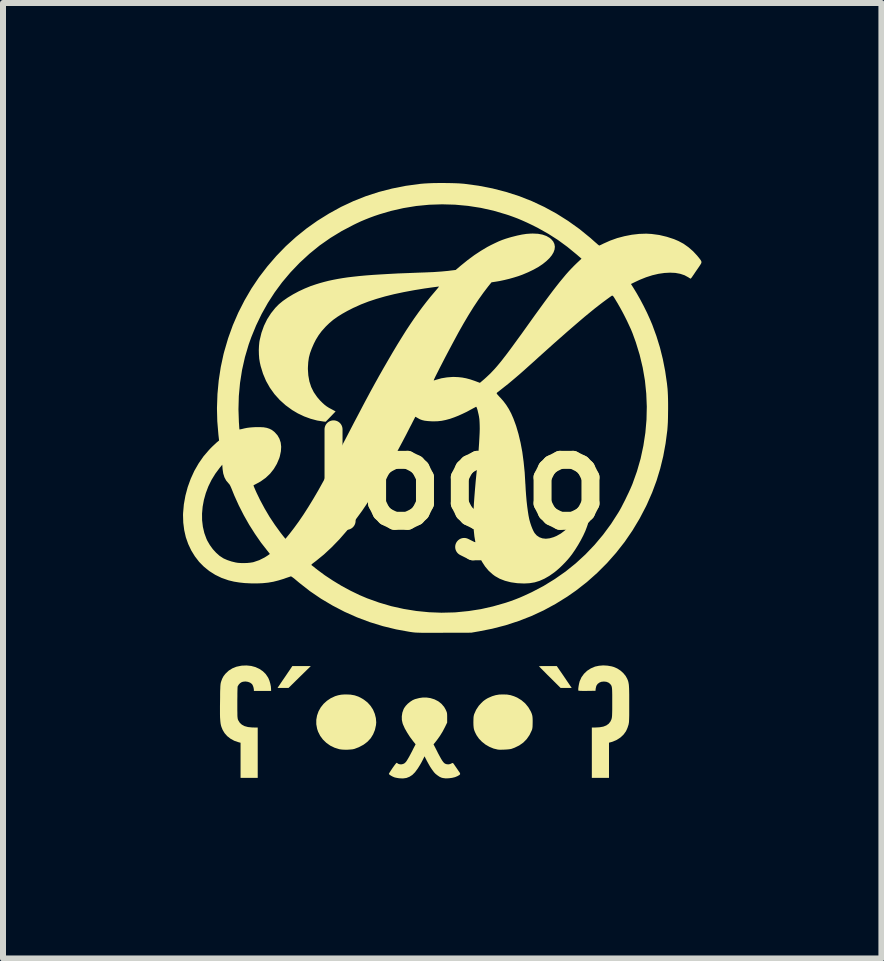
<source format=kicad_pcb>
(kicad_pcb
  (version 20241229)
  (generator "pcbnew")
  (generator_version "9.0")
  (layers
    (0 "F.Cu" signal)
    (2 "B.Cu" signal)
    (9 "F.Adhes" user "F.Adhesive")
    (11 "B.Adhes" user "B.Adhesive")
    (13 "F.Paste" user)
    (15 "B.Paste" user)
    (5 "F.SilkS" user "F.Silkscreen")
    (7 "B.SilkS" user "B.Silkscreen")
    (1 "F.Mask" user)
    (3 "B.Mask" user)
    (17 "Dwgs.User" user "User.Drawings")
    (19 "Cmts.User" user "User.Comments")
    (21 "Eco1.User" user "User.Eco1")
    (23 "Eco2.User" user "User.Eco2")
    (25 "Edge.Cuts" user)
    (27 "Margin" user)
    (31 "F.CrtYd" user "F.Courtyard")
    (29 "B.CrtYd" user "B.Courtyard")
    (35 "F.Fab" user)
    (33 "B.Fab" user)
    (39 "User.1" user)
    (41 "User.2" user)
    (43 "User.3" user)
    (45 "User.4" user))
  (footprint "logo"
    (layer "F.Cu")
    (at 4.613 4.94)
    (property "Reference" "logo" (at 0 0 0) (layer "F.SilkS") (effects (font (size 1.524 1.524) (thickness 0.3))))
    (attr board_only exclude_from_pos_files exclude_from_bom)
    (fp_poly (pts (xy -2.669 3.292) (xy -2.855 3.475) (xy -2.947 3.475) (xy -3.038 3.475) (xy -2.95 3.344) (xy -2.921 3.302) (xy -2.893 3.261) (xy -2.867 3.222) (xy -2.845 3.19) (xy -2.828 3.166) (xy -2.826 3.162) (xy -2.791 3.11) (xy -2.637 3.11) (xy -2.483 3.11)) (stroke (width 0) (type solid)) (fill yes) (layer "F.SilkS"))
    (fp_poly (pts (xy 1.467 3.11) (xy 1.616 3.11) (xy 1.666 3.183) (xy 1.689 3.216) (xy 1.715 3.254) (xy 1.742 3.294) (xy 1.769 3.334) (xy 1.795 3.372) (xy 1.818 3.406) (xy 1.837 3.434) (xy 1.85 3.453) (xy 1.854 3.459) (xy 1.865 3.475) (xy 1.772 3.475) (xy 1.68 3.475) (xy 1.499 3.295) (xy 1.457 3.254) (xy 1.419 3.215) (xy 1.385 3.181) (xy 1.357 3.153) (xy 1.336 3.131) (xy 1.323 3.117) (xy 1.318 3.113) (xy 1.325 3.112) (xy 1.344 3.111) (xy 1.373 3.11) (xy 1.411 3.11) (xy 1.454 3.11)) (stroke (width 0) (type solid)) (fill yes) (layer "F.SilkS"))
    (fp_poly (pts (xy -1.821 3.586) (xy -1.753 3.598) (xy -1.691 3.619) (xy -1.629 3.651) (xy -1.597 3.671) (xy -1.537 3.718) (xy -1.487 3.774) (xy -1.446 3.837) (xy -1.417 3.906) (xy -1.399 3.977) (xy -1.393 4.049) (xy -1.397 4.094) (xy -1.415 4.175) (xy -1.445 4.248) (xy -1.486 4.314) (xy -1.54 4.372) (xy -1.605 4.421) (xy -1.682 4.462) (xy -1.755 4.49) (xy -1.785 4.497) (xy -1.825 4.501) (xy -1.87 4.504) (xy -1.918 4.504) (xy -1.962 4.502) (xy -1.999 4.497) (xy -2.01 4.495) (xy -2.087 4.471) (xy -2.159 4.436) (xy -2.224 4.39) (xy -2.281 4.335) (xy -2.327 4.273) (xy -2.362 4.204) (xy -2.378 4.156) (xy -2.392 4.08) (xy -2.392 4.005) (xy -2.379 3.933) (xy -2.354 3.863) (xy -2.318 3.799) (xy -2.271 3.74) (xy -2.215 3.689) (xy -2.151 3.646) (xy -2.078 3.612) (xy -2.028 3.597) (xy -1.976 3.587) (xy -1.915 3.583) (xy -1.897 3.583)) (stroke (width 0) (type solid)) (fill yes) (layer "F.SilkS"))
    (fp_poly (pts (xy 0.787 3.585) (xy 0.846 3.595) (xy 0.903 3.613) (xy 0.957 3.636) (xy 1.027 3.679) (xy 1.089 3.732) (xy 1.141 3.795) (xy 1.182 3.865) (xy 1.196 3.897) (xy 1.203 3.918) (xy 1.208 3.937) (xy 1.211 3.957) (xy 1.213 3.983) (xy 1.214 4.017) (xy 1.214 4.045) (xy 1.213 4.088) (xy 1.212 4.121) (xy 1.209 4.145) (xy 1.205 4.165) (xy 1.199 4.181) (xy 1.162 4.259) (xy 1.115 4.327) (xy 1.058 4.385) (xy 0.99 4.433) (xy 0.912 4.471) (xy 0.86 4.49) (xy 0.84 4.494) (xy 0.809 4.498) (xy 0.772 4.501) (xy 0.732 4.503) (xy 0.693 4.504) (xy 0.66 4.504) (xy 0.636 4.502) (xy 0.634 4.502) (xy 0.563 4.485) (xy 0.493 4.456) (xy 0.427 4.418) (xy 0.368 4.371) (xy 0.318 4.319) (xy 0.279 4.263) (xy 0.278 4.261) (xy 0.258 4.222) (xy 0.244 4.19) (xy 0.235 4.161) (xy 0.23 4.13) (xy 0.227 4.093) (xy 0.226 4.048) (xy 0.227 4.004) (xy 0.228 3.97) (xy 0.231 3.944) (xy 0.236 3.923) (xy 0.239 3.912) (xy 0.271 3.84) (xy 0.315 3.773) (xy 0.358 3.726) (xy 0.39 3.695) (xy 0.421 3.672) (xy 0.454 3.651) (xy 0.48 3.638) (xy 0.54 3.612) (xy 0.597 3.595) (xy 0.655 3.585) (xy 0.72 3.583)) (stroke (width 0) (type solid)) (fill yes) (layer "F.SilkS"))
    (fp_poly (pts (xy -3.477 3.108) (xy -3.406 3.127) (xy -3.341 3.157) (xy -3.283 3.196) (xy -3.235 3.243) (xy -3.197 3.299) (xy -3.191 3.31) (xy -3.173 3.353) (xy -3.159 3.402) (xy -3.149 3.449) (xy -3.146 3.488) (xy -3.145 3.525) (xy -3.432 3.525) (xy -3.432 3.502) (xy -3.437 3.472) (xy -3.447 3.44) (xy -3.461 3.414) (xy -3.465 3.409) (xy -3.494 3.387) (xy -3.531 3.373) (xy -3.572 3.367) (xy -3.613 3.371) (xy -3.635 3.378) (xy -3.662 3.395) (xy -3.685 3.42) (xy -3.701 3.447) (xy -3.703 3.452) (xy -3.704 3.464) (xy -3.705 3.488) (xy -3.706 3.523) (xy -3.707 3.566) (xy -3.707 3.617) (xy -3.708 3.674) (xy -3.708 3.726) (xy -3.708 3.793) (xy -3.708 3.847) (xy -3.707 3.891) (xy -3.707 3.924) (xy -3.706 3.95) (xy -3.704 3.969) (xy -3.702 3.984) (xy -3.7 3.995) (xy -3.696 4.005) (xy -3.692 4.015) (xy -3.691 4.016) (xy -3.666 4.056) (xy -3.632 4.087) (xy -3.587 4.111) (xy -3.531 4.126) (xy -3.464 4.133) (xy -3.427 4.134) (xy -3.368 4.134) (xy -3.368 4.973) (xy -3.654 4.973) (xy -3.654 4.388) (xy -3.692 4.378) (xy -3.759 4.355) (xy -3.821 4.321) (xy -3.876 4.278) (xy -3.921 4.227) (xy -3.953 4.173) (xy -3.963 4.148) (xy -3.973 4.124) (xy -3.98 4.1) (xy -3.986 4.073) (xy -3.99 4.042) (xy -3.993 4.006) (xy -3.996 3.963) (xy -3.997 3.912) (xy -3.997 3.85) (xy -3.997 3.778) (xy -3.996 3.708) (xy -3.995 3.634) (xy -3.995 3.573) (xy -3.994 3.523) (xy -3.992 3.483) (xy -3.991 3.451) (xy -3.989 3.426) (xy -3.987 3.407) (xy -3.984 3.392) (xy -3.981 3.379) (xy -3.981 3.378) (xy -3.962 3.324) (xy -3.938 3.279) (xy -3.906 3.238) (xy -3.903 3.235) (xy -3.85 3.185) (xy -3.79 3.148) (xy -3.723 3.121) (xy -3.646 3.105) (xy -3.633 3.103) (xy -3.553 3.1)) (stroke (width 0) (type solid)) (fill yes) (layer "F.SilkS"))
    (fp_poly (pts (xy 2.46 3.103) (xy 2.53 3.115) (xy 2.565 3.125) (xy 2.623 3.15) (xy 2.677 3.185) (xy 2.725 3.228) (xy 2.764 3.276) (xy 2.789 3.321) (xy 2.797 3.34) (xy 2.804 3.359) (xy 2.809 3.377) (xy 2.813 3.398) (xy 2.817 3.423) (xy 2.819 3.453) (xy 2.821 3.489) (xy 2.822 3.533) (xy 2.823 3.587) (xy 2.823 3.653) (xy 2.823 3.73) (xy 2.823 3.741) (xy 2.823 3.815) (xy 2.823 3.877) (xy 2.823 3.927) (xy 2.822 3.967) (xy 2.821 4) (xy 2.82 4.025) (xy 2.819 4.045) (xy 2.816 4.062) (xy 2.814 4.076) (xy 2.811 4.089) (xy 2.806 4.104) (xy 2.806 4.104) (xy 2.795 4.138) (xy 2.78 4.173) (xy 2.766 4.201) (xy 2.765 4.202) (xy 2.726 4.255) (xy 2.675 4.302) (xy 2.616 4.34) (xy 2.552 4.368) (xy 2.531 4.375) (xy 2.486 4.387) (xy 2.486 4.973) (xy 2.2 4.973) (xy 2.2 4.134) (xy 2.259 4.134) (xy 2.331 4.13) (xy 2.392 4.119) (xy 2.442 4.099) (xy 2.481 4.071) (xy 2.51 4.034) (xy 2.527 3.997) (xy 2.53 3.985) (xy 2.533 3.973) (xy 2.535 3.957) (xy 2.537 3.937) (xy 2.538 3.911) (xy 2.539 3.877) (xy 2.54 3.834) (xy 2.54 3.78) (xy 2.54 3.713) (xy 2.54 3.711) (xy 2.54 3.643) (xy 2.54 3.588) (xy 2.539 3.543) (xy 2.538 3.509) (xy 2.536 3.482) (xy 2.533 3.461) (xy 2.529 3.446) (xy 2.524 3.433) (xy 2.517 3.423) (xy 2.508 3.412) (xy 2.502 3.405) (xy 2.476 3.385) (xy 2.441 3.372) (xy 2.401 3.368) (xy 2.361 3.372) (xy 2.329 3.384) (xy 2.297 3.407) (xy 2.275 3.44) (xy 2.265 3.482) (xy 2.264 3.486) (xy 2.261 3.522) (xy 2.121 3.524) (xy 2.078 3.524) (xy 2.039 3.524) (xy 2.008 3.523) (xy 1.986 3.521) (xy 1.976 3.52) (xy 1.976 3.52) (xy 1.974 3.509) (xy 1.974 3.489) (xy 1.977 3.461) (xy 1.982 3.43) (xy 1.988 3.4) (xy 1.995 3.373) (xy 1.997 3.364) (xy 2.027 3.297) (xy 2.069 3.239) (xy 2.121 3.189) (xy 2.183 3.149) (xy 2.253 3.119) (xy 2.257 3.118) (xy 2.319 3.105) (xy 2.389 3.099)) (stroke (width 0) (type solid)) (fill yes) (layer "F.SilkS"))
    (fp_poly (pts (xy -0.556 3.634) (xy -0.496 3.643) (xy -0.493 3.643) (xy -0.422 3.665) (xy -0.359 3.697) (xy -0.305 3.74) (xy -0.261 3.792) (xy -0.238 3.832) (xy -0.227 3.856) (xy -0.219 3.875) (xy -0.214 3.893) (xy -0.212 3.914) (xy -0.211 3.942) (xy -0.211 3.969) (xy -0.211 4.052) (xy -0.248 4.128) (xy -0.288 4.204) (xy -0.332 4.275) (xy -0.383 4.346) (xy -0.394 4.36) (xy -0.438 4.415) (xy -0.393 4.502) (xy -0.362 4.564) (xy -0.335 4.614) (xy -0.313 4.654) (xy -0.294 4.685) (xy -0.277 4.708) (xy -0.263 4.724) (xy -0.248 4.735) (xy -0.233 4.742) (xy -0.217 4.746) (xy -0.21 4.747) (xy -0.183 4.748) (xy -0.157 4.741) (xy -0.149 4.737) (xy -0.131 4.729) (xy -0.117 4.725) (xy -0.114 4.726) (xy -0.108 4.733) (xy -0.096 4.749) (xy -0.082 4.77) (xy -0.082 4.77) (xy -0.063 4.797) (xy -0.041 4.829) (xy -0.021 4.859) (xy -0.003 4.884) (xy 0.005 4.902) (xy 0.004 4.914) (xy -0.007 4.925) (xy -0.03 4.939) (xy -0.037 4.943) (xy -0.079 4.961) (xy -0.129 4.973) (xy -0.182 4.98) (xy -0.235 4.982) (xy -0.282 4.976) (xy -0.308 4.969) (xy -0.338 4.955) (xy -0.372 4.932) (xy -0.404 4.907) (xy -0.429 4.881) (xy -0.432 4.877) (xy -0.466 4.831) (xy -0.495 4.787) (xy -0.522 4.74) (xy -0.551 4.687) (xy -0.565 4.659) (xy -0.588 4.614) (xy -0.623 4.684) (xy -0.643 4.722) (xy -0.668 4.765) (xy -0.693 4.805) (xy -0.704 4.822) (xy -0.747 4.88) (xy -0.791 4.924) (xy -0.839 4.955) (xy -0.89 4.975) (xy -0.948 4.983) (xy -1.012 4.98) (xy -1.017 4.979) (xy -1.048 4.974) (xy -1.077 4.968) (xy -1.094 4.963) (xy -1.119 4.952) (xy -1.145 4.938) (xy -1.165 4.925) (xy -1.179 4.913) (xy -1.182 4.906) (xy -1.178 4.897) (xy -1.167 4.879) (xy -1.151 4.854) (xy -1.131 4.824) (xy -1.119 4.806) (xy -1.094 4.771) (xy -1.076 4.747) (xy -1.063 4.731) (xy -1.055 4.724) (xy -1.049 4.723) (xy -1.046 4.725) (xy -1.027 4.739) (xy -1 4.747) (xy -0.971 4.748) (xy -0.954 4.744) (xy -0.939 4.739) (xy -0.925 4.732) (xy -0.912 4.721) (xy -0.898 4.707) (xy -0.883 4.686) (xy -0.866 4.658) (xy -0.845 4.622) (xy -0.821 4.577) (xy -0.791 4.52) (xy -0.775 4.487) (xy -0.737 4.414) (xy -0.776 4.365) (xy -0.83 4.293) (xy -0.877 4.22) (xy -0.917 4.15) (xy -0.947 4.083) (xy -0.954 4.063) (xy -0.966 4.008) (xy -0.967 3.948) (xy -0.958 3.887) (xy -0.938 3.831) (xy -0.928 3.811) (xy -0.902 3.774) (xy -0.867 3.737) (xy -0.826 3.704) (xy -0.784 3.677) (xy -0.746 3.661) (xy -0.677 3.643) (xy -0.615 3.634)) (stroke (width 0) (type solid)) (fill yes) (layer "F.SilkS"))
    (fp_poly (pts (xy -0.175 -4.939) (xy -0.092 -4.937) (xy -0.016 -4.934) (xy 0.05 -4.929) (xy 0.075 -4.927) (xy 0.312 -4.895) (xy 0.544 -4.85) (xy 0.769 -4.792) (xy 0.988 -4.722) (xy 1.201 -4.638) (xy 1.408 -4.541) (xy 1.61 -4.431) (xy 1.805 -4.308) (xy 1.994 -4.173) (xy 2.177 -4.024) (xy 2.253 -3.956) (xy 2.279 -3.934) (xy 2.3 -3.915) (xy 2.316 -3.903) (xy 2.323 -3.898) (xy 2.323 -3.898) (xy 2.332 -3.901) (xy 2.35 -3.909) (xy 2.375 -3.921) (xy 2.395 -3.931) (xy 2.505 -3.98) (xy 2.622 -4.022) (xy 2.744 -4.054) (xy 2.867 -4.078) (xy 2.989 -4.092) (xy 3.107 -4.096) (xy 3.196 -4.091) (xy 3.323 -4.074) (xy 3.449 -4.044) (xy 3.569 -4.005) (xy 3.644 -3.973) (xy 3.728 -3.928) (xy 3.81 -3.87) (xy 3.887 -3.803) (xy 3.956 -3.729) (xy 3.973 -3.708) (xy 3.997 -3.678) (xy 4.014 -3.655) (xy 4.024 -3.637) (xy 4.027 -3.62) (xy 4.023 -3.603) (xy 4.011 -3.582) (xy 3.993 -3.554) (xy 3.969 -3.519) (xy 3.944 -3.483) (xy 3.92 -3.448) (xy 3.899 -3.416) (xy 3.882 -3.392) (xy 3.877 -3.384) (xy 3.863 -3.364) (xy 3.852 -3.351) (xy 3.846 -3.346) (xy 3.838 -3.35) (xy 3.822 -3.359) (xy 3.809 -3.368) (xy 3.745 -3.403) (xy 3.673 -3.427) (xy 3.592 -3.442) (xy 3.504 -3.446) (xy 3.41 -3.441) (xy 3.312 -3.427) (xy 3.209 -3.403) (xy 3.103 -3.369) (xy 2.996 -3.326) (xy 2.913 -3.287) (xy 2.852 -3.257) (xy 2.889 -3.199) (xy 2.947 -3.104) (xy 3.006 -3) (xy 3.064 -2.89) (xy 3.119 -2.779) (xy 3.168 -2.671) (xy 3.207 -2.579) (xy 3.276 -2.39) (xy 3.335 -2.199) (xy 3.383 -2.006) (xy 3.422 -1.807) (xy 3.452 -1.6) (xy 3.462 -1.508) (xy 3.465 -1.46) (xy 3.468 -1.4) (xy 3.47 -1.332) (xy 3.471 -1.257) (xy 3.471 -1.179) (xy 3.47 -1.1) (xy 3.469 -1.024) (xy 3.467 -0.952) (xy 3.463 -0.888) (xy 3.459 -0.834) (xy 3.458 -0.821) (xy 3.429 -0.6) (xy 3.39 -0.387) (xy 3.34 -0.182) (xy 3.279 0.019) (xy 3.206 0.216) (xy 3.12 0.412) (xy 3.103 0.448) (xy 2.996 0.653) (xy 2.877 0.851) (xy 2.747 1.041) (xy 2.605 1.222) (xy 2.453 1.394) (xy 2.29 1.557) (xy 2.118 1.71) (xy 1.936 1.852) (xy 1.791 1.953) (xy 1.596 2.074) (xy 1.397 2.182) (xy 1.192 2.277) (xy 0.981 2.359) (xy 0.764 2.43) (xy 0.539 2.488) (xy 0.307 2.534) (xy 0.304 2.534) (xy 0.19 2.554) (xy -0.265 2.555) (xy -0.357 2.556) (xy -0.436 2.556) (xy -0.504 2.556) (xy -0.561 2.556) (xy -0.609 2.556) (xy -0.649 2.555) (xy -0.682 2.554) (xy -0.711 2.553) (xy -0.735 2.552) (xy -0.757 2.55) (xy -0.778 2.548) (xy -0.799 2.545) (xy -0.821 2.542) (xy -0.835 2.54) (xy -1.06 2.499) (xy -1.282 2.445) (xy -1.5 2.378) (xy -1.713 2.298) (xy -1.92 2.206) (xy -2.12 2.102) (xy -2.314 1.987) (xy -2.499 1.861) (xy -2.675 1.723) (xy -2.73 1.677) (xy -2.762 1.65) (xy -2.788 1.631) (xy -2.806 1.619) (xy -2.816 1.615) (xy -2.826 1.619) (xy -2.847 1.626) (xy -2.877 1.636) (xy -2.912 1.648) (xy -2.93 1.655) (xy -3.022 1.683) (xy -3.109 1.705) (xy -3.196 1.72) (xy -3.287 1.729) (xy -3.384 1.733) (xy -3.482 1.732) (xy -3.585 1.727) (xy -3.677 1.717) (xy -3.764 1.703) (xy -3.847 1.683) (xy -3.858 1.68) (xy -3.972 1.64) (xy -4.077 1.589) (xy -4.175 1.527) (xy -4.264 1.455) (xy -4.298 1.421) (xy -2.473 1.421) (xy -2.473 1.426) (xy -2.467 1.432) (xy -2.466 1.432) (xy -2.455 1.441) (xy -2.435 1.456) (xy -2.41 1.477) (xy -2.381 1.499) (xy -2.378 1.502) (xy -2.25 1.597) (xy -2.112 1.688) (xy -1.967 1.776) (xy -1.818 1.856) (xy -1.669 1.928) (xy -1.544 1.981) (xy -1.346 2.052) (xy -1.142 2.112) (xy -0.935 2.158) (xy -0.725 2.192) (xy -0.514 2.213) (xy -0.305 2.221) (xy -0.097 2.216) (xy -0.064 2.214) (xy 0.148 2.193) (xy 0.353 2.161) (xy 0.552 2.116) (xy 0.748 2.06) (xy 0.768 2.054) (xy 0.851 2.026) (xy 0.927 1.998) (xy 1 1.969) (xy 1.073 1.937) (xy 1.153 1.9) (xy 1.2 1.878) (xy 1.396 1.775) (xy 1.583 1.66) (xy 1.762 1.535) (xy 1.932 1.398) (xy 2.093 1.25) (xy 2.245 1.091) (xy 2.387 0.922) (xy 2.52 0.742) (xy 2.64 0.555) (xy 2.664 0.515) (xy 2.692 0.464) (xy 2.722 0.405) (xy 2.754 0.343) (xy 2.785 0.278) (xy 2.815 0.216) (xy 2.842 0.157) (xy 2.864 0.106) (xy 2.877 0.075) (xy 2.952 -0.135) (xy 3.013 -0.347) (xy 3.059 -0.562) (xy 3.092 -0.778) (xy 3.111 -0.996) (xy 3.116 -1.213) (xy 3.107 -1.431) (xy 3.085 -1.648) (xy 3.048 -1.863) (xy 2.997 -2.077) (xy 2.932 -2.289) (xy 2.877 -2.44) (xy 2.852 -2.501) (xy 2.82 -2.57) (xy 2.785 -2.645) (xy 2.747 -2.721) (xy 2.708 -2.796) (xy 2.67 -2.865) (xy 2.635 -2.926) (xy 2.635 -2.927) (xy 2.607 -2.973) (xy 2.586 -3.008) (xy 2.57 -3.034) (xy 2.558 -3.051) (xy 2.549 -3.06) (xy 2.541 -3.063) (xy 2.533 -3.062) (xy 2.525 -3.056) (xy 2.514 -3.048) (xy 2.51 -3.046) (xy 2.447 -3) (xy 2.382 -2.952) (xy 2.313 -2.899) (xy 2.24 -2.842) (xy 2.163 -2.779) (xy 2.08 -2.711) (xy 1.992 -2.636) (xy 1.898 -2.555) (xy 1.796 -2.467) (xy 1.687 -2.371) (xy 1.569 -2.267) (xy 1.443 -2.154) (xy 1.307 -2.032) (xy 1.247 -1.977) (xy 1.155 -1.895) (xy 1.073 -1.821) (xy 0.998 -1.755) (xy 0.929 -1.696) (xy 0.865 -1.642) (xy 0.804 -1.591) (xy 0.744 -1.544) (xy 0.724 -1.528) (xy 0.691 -1.502) (xy 0.662 -1.479) (xy 0.638 -1.46) (xy 0.622 -1.448) (xy 0.617 -1.443) (xy 0.614 -1.438) (xy 0.616 -1.43) (xy 0.625 -1.417) (xy 0.641 -1.399) (xy 0.665 -1.372) (xy 0.672 -1.366) (xy 0.726 -1.305) (xy 0.774 -1.241) (xy 0.817 -1.173) (xy 0.856 -1.099) (xy 0.893 -1.015) (xy 0.928 -0.92) (xy 0.939 -0.889) (xy 0.978 -0.756) (xy 1.012 -0.613) (xy 1.041 -0.459) (xy 1.063 -0.294) (xy 1.081 -0.116) (xy 1.092 0.073) (xy 1.093 0.079) (xy 1.098 0.175) (xy 1.105 0.27) (xy 1.113 0.363) (xy 1.123 0.45) (xy 1.134 0.531) (xy 1.145 0.602) (xy 1.157 0.662) (xy 1.162 0.681) (xy 1.175 0.727) (xy 1.191 0.775) (xy 1.209 0.821) (xy 1.227 0.86) (xy 1.244 0.89) (xy 1.245 0.892) (xy 1.282 0.934) (xy 1.327 0.964) (xy 1.378 0.982) (xy 1.434 0.988) (xy 1.497 0.981) (xy 1.563 0.962) (xy 1.611 0.942) (xy 1.684 0.901) (xy 1.754 0.848) (xy 1.821 0.786) (xy 1.882 0.717) (xy 1.934 0.643) (xy 1.964 0.59) (xy 1.98 0.56) (xy 1.991 0.542) (xy 1.999 0.536) (xy 2.002 0.537) (xy 2.009 0.545) (xy 2.022 0.562) (xy 2.04 0.588) (xy 2.061 0.618) (xy 2.074 0.638) (xy 2.138 0.732) (xy 2.117 0.793) (xy 2.091 0.861) (xy 2.057 0.935) (xy 2.016 1.014) (xy 1.97 1.094) (xy 1.921 1.172) (xy 1.871 1.245) (xy 1.834 1.293) (xy 1.798 1.336) (xy 1.754 1.384) (xy 1.707 1.432) (xy 1.659 1.478) (xy 1.613 1.518) (xy 1.577 1.547) (xy 1.492 1.607) (xy 1.41 1.654) (xy 1.329 1.69) (xy 1.248 1.715) (xy 1.164 1.729) (xy 1.075 1.734) (xy 1.071 1.734) (xy 0.957 1.729) (xy 0.851 1.714) (xy 0.753 1.689) (xy 0.665 1.655) (xy 0.587 1.611) (xy 0.549 1.583) (xy 0.481 1.522) (xy 0.422 1.452) (xy 0.37 1.372) (xy 0.327 1.283) (xy 0.292 1.183) (xy 0.264 1.072) (xy 0.243 0.949) (xy 0.229 0.815) (xy 0.228 0.801) (xy 0.226 0.74) (xy 0.225 0.67) (xy 0.226 0.59) (xy 0.23 0.501) (xy 0.235 0.4) (xy 0.243 0.288) (xy 0.253 0.163) (xy 0.265 0.026) (xy 0.28 -0.125) (xy 0.28 -0.125) (xy 0.293 -0.264) (xy 0.304 -0.389) (xy 0.314 -0.502) (xy 0.321 -0.603) (xy 0.326 -0.693) (xy 0.33 -0.772) (xy 0.332 -0.842) (xy 0.331 -0.904) (xy 0.329 -0.957) (xy 0.326 -1.004) (xy 0.32 -1.044) (xy 0.32 -1.046) (xy 0.312 -1.085) (xy 0.303 -1.123) (xy 0.295 -1.157) (xy 0.286 -1.185) (xy 0.279 -1.203) (xy 0.273 -1.211) (xy 0.273 -1.211) (xy 0.265 -1.208) (xy 0.247 -1.198) (xy 0.222 -1.185) (xy 0.191 -1.168) (xy 0.183 -1.164) (xy 0.117 -1.128) (xy 0.046 -1.094) (xy -0.025 -1.062) (xy -0.093 -1.035) (xy -0.153 -1.014) (xy -0.161 -1.011) (xy -0.235 -0.991) (xy -0.303 -0.977) (xy -0.37 -0.97) (xy -0.442 -0.968) (xy -0.473 -0.969) (xy -0.535 -0.973) (xy -0.586 -0.979) (xy -0.628 -0.989) (xy -0.666 -1.003) (xy -0.702 -1.023) (xy -0.705 -1.025) (xy -0.724 -1.036) (xy -0.737 -1.043) (xy -0.741 -1.045) (xy -0.745 -1.038) (xy -0.754 -1.02) (xy -0.768 -0.993) (xy -0.786 -0.958) (xy -0.807 -0.916) (xy -0.831 -0.871) (xy -0.835 -0.863) (xy -0.893 -0.749) (xy -0.954 -0.633) (xy -1.016 -0.517) (xy -1.077 -0.402) (xy -1.138 -0.291) (xy -1.196 -0.184) (xy -1.252 -0.084) (xy -1.304 0.009) (xy -1.352 0.091) (xy -1.385 0.147) (xy -1.505 0.34) (xy -1.628 0.522) (xy -1.753 0.693) (xy -1.879 0.851) (xy -2.007 0.998) (xy -2.136 1.131) (xy -2.265 1.251) (xy -2.395 1.357) (xy -2.428 1.382) (xy -2.453 1.401) (xy -2.467 1.413) (xy -2.473 1.421) (xy -4.298 1.421) (xy -4.345 1.373) (xy -4.415 1.282) (xy -4.476 1.183) (xy -4.526 1.077) (xy -4.566 0.964) (xy -4.593 0.845) (xy -4.609 0.72) (xy -4.613 0.591) (xy -4.612 0.569) (xy -4.296 0.569) (xy -4.295 0.68) (xy -4.282 0.789) (xy -4.258 0.893) (xy -4.222 0.991) (xy -4.208 1.021) (xy -4.166 1.093) (xy -4.117 1.161) (xy -4.062 1.221) (xy -4.004 1.273) (xy -3.944 1.312) (xy -3.936 1.317) (xy -3.874 1.344) (xy -3.805 1.367) (xy -3.735 1.384) (xy -3.697 1.39) (xy -3.65 1.393) (xy -3.597 1.394) (xy -3.542 1.392) (xy -3.491 1.387) (xy -3.447 1.38) (xy -3.436 1.377) (xy -3.342 1.345) (xy -3.251 1.299) (xy -3.226 1.283) (xy -3.201 1.267) (xy -3.181 1.253) (xy -3.169 1.244) (xy -3.167 1.241) (xy -3.171 1.234) (xy -3.183 1.219) (xy -3.199 1.198) (xy -3.209 1.186) (xy -3.313 1.053) (xy -3.414 0.907) (xy -3.511 0.754) (xy -3.601 0.595) (xy -3.683 0.434) (xy -3.756 0.273) (xy -3.784 0.204) (xy -3.802 0.159) (xy -3.817 0.124) (xy -3.829 0.099) (xy -3.84 0.081) (xy -3.852 0.068) (xy -3.855 0.064) (xy -3.894 0.018) (xy -3.923 -0.036) (xy -3.943 -0.1) (xy -3.954 -0.175) (xy -3.954 -0.178) (xy -3.959 -0.246) (xy -4.002 -0.193) (xy -4.075 -0.095) (xy -4.138 0.008) (xy -4.191 0.116) (xy -4.233 0.227) (xy -4.265 0.341) (xy -4.286 0.455) (xy -4.296 0.569) (xy -4.612 0.569) (xy -4.612 0.562) (xy -4.599 0.415) (xy -4.573 0.27) (xy -4.535 0.128) (xy -4.485 -0.01) (xy -4.425 -0.142) (xy -4.353 -0.267) (xy -4.272 -0.384) (xy -4.181 -0.49) (xy -4.153 -0.52) (xy -4.124 -0.549) (xy -4.094 -0.577) (xy -4.068 -0.601) (xy -4.049 -0.619) (xy -4.046 -0.621) (xy -4.012 -0.649) (xy -4.023 -0.746) (xy -4.042 -0.971) (xy -4.047 -1.169) (xy -3.689 -1.169) (xy -3.682 -0.958) (xy -3.679 -0.917) (xy -3.677 -0.882) (xy -3.675 -0.855) (xy -3.673 -0.838) (xy -3.673 -0.833) (xy -3.665 -0.834) (xy -3.647 -0.837) (xy -3.621 -0.843) (xy -3.593 -0.85) (xy -3.549 -0.859) (xy -3.504 -0.865) (xy -3.454 -0.869) (xy -3.403 -0.872) (xy -3.331 -0.872) (xy -3.27 -0.869) (xy -3.218 -0.86) (xy -3.173 -0.845) (xy -3.133 -0.825) (xy -3.096 -0.797) (xy -3.084 -0.786) (xy -3.039 -0.736) (xy -3.006 -0.678) (xy -2.985 -0.614) (xy -2.977 -0.544) (xy -2.982 -0.469) (xy -2.999 -0.388) (xy -3.009 -0.354) (xy -3.049 -0.26) (xy -3.1 -0.174) (xy -3.162 -0.096) (xy -3.235 -0.027) (xy -3.319 0.033) (xy -3.382 0.068) (xy -3.407 0.081) (xy -3.426 0.091) (xy -3.437 0.097) (xy -3.438 0.097) (xy -3.437 0.105) (xy -3.43 0.124) (xy -3.418 0.152) (xy -3.403 0.187) (xy -3.384 0.229) (xy -3.362 0.274) (xy -3.339 0.322) (xy -3.326 0.348) (xy -3.253 0.484) (xy -3.171 0.623) (xy -3.082 0.757) (xy -2.99 0.884) (xy -2.966 0.915) (xy -2.944 0.943) (xy -2.926 0.965) (xy -2.913 0.981) (xy -2.906 0.989) (xy -2.906 0.989) (xy -2.901 0.983) (xy -2.889 0.969) (xy -2.871 0.947) (xy -2.849 0.92) (xy -2.839 0.908) (xy -2.762 0.808) (xy -2.684 0.701) (xy -2.605 0.585) (xy -2.525 0.46) (xy -2.443 0.326) (xy -2.358 0.181) (xy -2.271 0.024) (xy -2.18 -0.145) (xy -2.115 -0.269) (xy -2.034 -0.425) (xy -1.96 -0.57) (xy -1.89 -0.703) (xy -1.826 -0.826) (xy -1.767 -0.94) (xy -1.712 -1.044) (xy -1.661 -1.141) (xy -1.614 -1.231) (xy -1.57 -1.314) (xy -1.528 -1.392) (xy -1.489 -1.465) (xy -1.451 -1.534) (xy -1.415 -1.6) (xy -1.379 -1.664) (xy -1.345 -1.726) (xy -1.31 -1.787) (xy -1.275 -1.849) (xy -1.239 -1.911) (xy -1.209 -1.963) (xy -1.124 -2.109) (xy -1.044 -2.243) (xy -0.968 -2.366) (xy -0.896 -2.481) (xy -0.826 -2.587) (xy -0.758 -2.687) (xy -0.691 -2.781) (xy -0.624 -2.872) (xy -0.556 -2.96) (xy -0.487 -3.046) (xy -0.414 -3.132) (xy -0.409 -3.138) (xy -0.386 -3.165) (xy -0.367 -3.188) (xy -0.353 -3.205) (xy -0.346 -3.214) (xy -0.346 -3.214) (xy -0.354 -3.214) (xy -0.374 -3.212) (xy -0.404 -3.208) (xy -0.442 -3.203) (xy -0.486 -3.197) (xy -0.534 -3.19) (xy -0.584 -3.183) (xy -0.634 -3.175) (xy -0.682 -3.167) (xy -0.726 -3.16) (xy -0.751 -3.156) (xy -0.929 -3.123) (xy -1.094 -3.088) (xy -1.247 -3.05) (xy -1.389 -3.009) (xy -1.522 -2.965) (xy -1.646 -2.917) (xy -1.763 -2.864) (xy -1.775 -2.859) (xy -1.875 -2.808) (xy -1.962 -2.759) (xy -2.04 -2.71) (xy -2.11 -2.66) (xy -2.174 -2.606) (xy -2.234 -2.548) (xy -2.243 -2.538) (xy -2.303 -2.471) (xy -2.354 -2.402) (xy -2.4 -2.327) (xy -2.432 -2.264) (xy -2.468 -2.181) (xy -2.496 -2.105) (xy -2.515 -2.032) (xy -2.526 -1.956) (xy -2.531 -1.876) (xy -2.532 -1.841) (xy -2.525 -1.734) (xy -2.507 -1.634) (xy -2.477 -1.541) (xy -2.434 -1.454) (xy -2.378 -1.373) (xy -2.33 -1.317) (xy -2.29 -1.277) (xy -2.256 -1.246) (xy -2.221 -1.219) (xy -2.182 -1.194) (xy -2.135 -1.169) (xy -2.07 -1.134) (xy -2.152 -1.048) (xy -2.235 -0.962) (xy -2.27 -0.965) (xy -2.377 -0.982) (xy -2.486 -1.011) (xy -2.595 -1.051) (xy -2.7 -1.101) (xy -2.793 -1.156) (xy -2.903 -1.236) (xy -3.002 -1.325) (xy -3.089 -1.422) (xy -3.165 -1.528) (xy -3.229 -1.641) (xy -3.28 -1.762) (xy -3.319 -1.889) (xy -3.333 -1.951) (xy -3.343 -2.013) (xy -3.348 -2.082) (xy -3.35 -2.155) (xy -3.347 -2.225) (xy -3.341 -2.289) (xy -3.336 -2.318) (xy -3.306 -2.443) (xy -3.264 -2.56) (xy -3.211 -2.669) (xy -3.147 -2.769) (xy -3.074 -2.86) (xy -3.015 -2.92) (xy -2.948 -2.975) (xy -2.869 -3.03) (xy -2.78 -3.084) (xy -2.685 -3.135) (xy -2.584 -3.182) (xy -2.481 -3.224) (xy -2.397 -3.252) (xy -2.329 -3.273) (xy -2.26 -3.292) (xy -2.189 -3.31) (xy -2.115 -3.326) (xy -2.037 -3.341) (xy -1.955 -3.355) (xy -1.867 -3.368) (xy -1.773 -3.379) (xy -1.672 -3.39) (xy -1.563 -3.4) (xy -1.445 -3.409) (xy -1.317 -3.417) (xy -1.179 -3.425) (xy -1.03 -3.433) (xy -0.869 -3.439) (xy -0.694 -3.446) (xy -0.58 -3.45) (xy -0.437 -3.456) (xy -0.307 -3.465) (xy -0.191 -3.476) (xy -0.162 -3.48) (xy -0.069 -3.491) (xy 0.017 -3.564) (xy 0.132 -3.657) (xy 0.243 -3.739) (xy 0.351 -3.81) (xy 0.458 -3.874) (xy 0.521 -3.907) (xy 0.589 -3.94) (xy 0.649 -3.968) (xy 0.706 -3.991) (xy 0.763 -4.011) (xy 0.825 -4.03) (xy 0.864 -4.041) (xy 0.955 -4.064) (xy 1.036 -4.081) (xy 1.109 -4.092) (xy 1.178 -4.097) (xy 1.217 -4.098) (xy 1.303 -4.094) (xy 1.378 -4.08) (xy 1.443 -4.057) (xy 1.498 -4.025) (xy 1.522 -4.005) (xy 1.556 -3.966) (xy 1.576 -3.924) (xy 1.584 -3.879) (xy 1.579 -3.833) (xy 1.562 -3.785) (xy 1.533 -3.736) (xy 1.493 -3.687) (xy 1.442 -3.638) (xy 1.381 -3.589) (xy 1.311 -3.542) (xy 1.23 -3.497) (xy 1.141 -3.454) (xy 1.044 -3.413) (xy 0.978 -3.389) (xy 0.904 -3.366) (xy 0.823 -3.343) (xy 0.74 -3.323) (xy 0.66 -3.306) (xy 0.612 -3.298) (xy 0.528 -3.285) (xy 0.476 -3.221) (xy 0.393 -3.112) (xy 0.311 -2.997) (xy 0.229 -2.874) (xy 0.146 -2.741) (xy 0.061 -2.597) (xy -0.02 -2.454) (xy -0.054 -2.391) (xy -0.09 -2.324) (xy -0.127 -2.255) (xy -0.165 -2.184) (xy -0.202 -2.114) (xy -0.239 -2.044) (xy -0.274 -1.976) (xy -0.307 -1.912) (xy -0.338 -1.852) (xy -0.365 -1.798) (xy -0.389 -1.751) (xy -0.409 -1.711) (xy -0.423 -1.681) (xy -0.432 -1.66) (xy -0.435 -1.651) (xy -0.435 -1.651) (xy -0.427 -1.651) (xy -0.41 -1.656) (xy -0.391 -1.662) (xy -0.306 -1.686) (xy -0.214 -1.701) (xy -0.12 -1.708) (xy -0.093 -1.708) (xy -0.025 -1.705) (xy 0.04 -1.698) (xy 0.104 -1.686) (xy 0.172 -1.668) (xy 0.246 -1.643) (xy 0.302 -1.622) (xy 0.335 -1.61) (xy 0.409 -1.673) (xy 0.443 -1.704) (xy 0.477 -1.736) (xy 0.511 -1.768) (xy 0.544 -1.803) (xy 0.579 -1.84) (xy 0.615 -1.881) (xy 0.653 -1.926) (xy 0.694 -1.976) (xy 0.738 -2.033) (xy 0.786 -2.095) (xy 0.839 -2.166) (xy 0.896 -2.244) (xy 0.96 -2.332) (xy 1.031 -2.429) (xy 1.108 -2.537) (xy 1.156 -2.604) (xy 1.248 -2.733) (xy 1.333 -2.85) (xy 1.41 -2.956) (xy 1.482 -3.053) (xy 1.548 -3.141) (xy 1.609 -3.22) (xy 1.666 -3.292) (xy 1.719 -3.356) (xy 1.768 -3.415) (xy 1.815 -3.468) (xy 1.86 -3.516) (xy 1.903 -3.56) (xy 1.945 -3.601) (xy 1.947 -3.603) (xy 2.028 -3.679) (xy 1.947 -3.749) (xy 1.792 -3.876) (xy 1.635 -3.991) (xy 1.474 -4.094) (xy 1.305 -4.189) (xy 1.2 -4.242) (xy 1.116 -4.282) (xy 1.04 -4.316) (xy 0.967 -4.347) (xy 0.893 -4.375) (xy 0.815 -4.403) (xy 0.768 -4.418) (xy 0.561 -4.479) (xy 0.35 -4.526) (xy 0.137 -4.559) (xy -0.079 -4.579) (xy -0.295 -4.585) (xy -0.511 -4.578) (xy -0.727 -4.557) (xy -0.94 -4.522) (xy -1.151 -4.474) (xy -1.341 -4.418) (xy -1.424 -4.39) (xy -1.5 -4.362) (xy -1.573 -4.333) (xy -1.647 -4.302) (xy -1.726 -4.265) (xy -1.773 -4.242) (xy -1.969 -4.139) (xy -2.156 -4.025) (xy -2.336 -3.899) (xy -2.506 -3.761) (xy -2.668 -3.612) (xy -2.821 -3.452) (xy -2.962 -3.285) (xy -3.085 -3.118) (xy -3.199 -2.942) (xy -3.303 -2.757) (xy -3.395 -2.566) (xy -3.475 -2.371) (xy -3.519 -2.248) (xy -3.581 -2.038) (xy -3.629 -1.825) (xy -3.663 -1.608) (xy -3.683 -1.389) (xy -3.689 -1.169) (xy -4.047 -1.169) (xy -4.047 -1.197) (xy -4.039 -1.424) (xy -4.018 -1.65) (xy -3.984 -1.873) (xy -3.937 -2.091) (xy -3.926 -2.132) (xy -3.861 -2.354) (xy -3.783 -2.57) (xy -3.692 -2.78) (xy -3.588 -2.984) (xy -3.473 -3.181) (xy -3.346 -3.37) (xy -3.207 -3.551) (xy -3.058 -3.724) (xy -2.899 -3.888) (xy -2.729 -4.042) (xy -2.55 -4.186) (xy -2.375 -4.31) (xy -2.179 -4.432) (xy -1.979 -4.542) (xy -1.774 -4.638) (xy -1.565 -4.721) (xy -1.349 -4.791) (xy -1.128 -4.848) (xy -0.901 -4.893) (xy -0.666 -4.925) (xy -0.648 -4.927) (xy -0.587 -4.932) (xy -0.515 -4.936) (xy -0.435 -4.939) (xy -0.349 -4.94) (xy -0.261 -4.94)) (stroke (width 0) (type solid)) (fill yes) (layer "F.SilkS")))
  (gr_rect
    (start -3 -3)
    (end 11.639 12.923)
    (stroke (width 0.1) (type default))
    (fill no)
    (layer "Edge.Cuts")))
</source>
